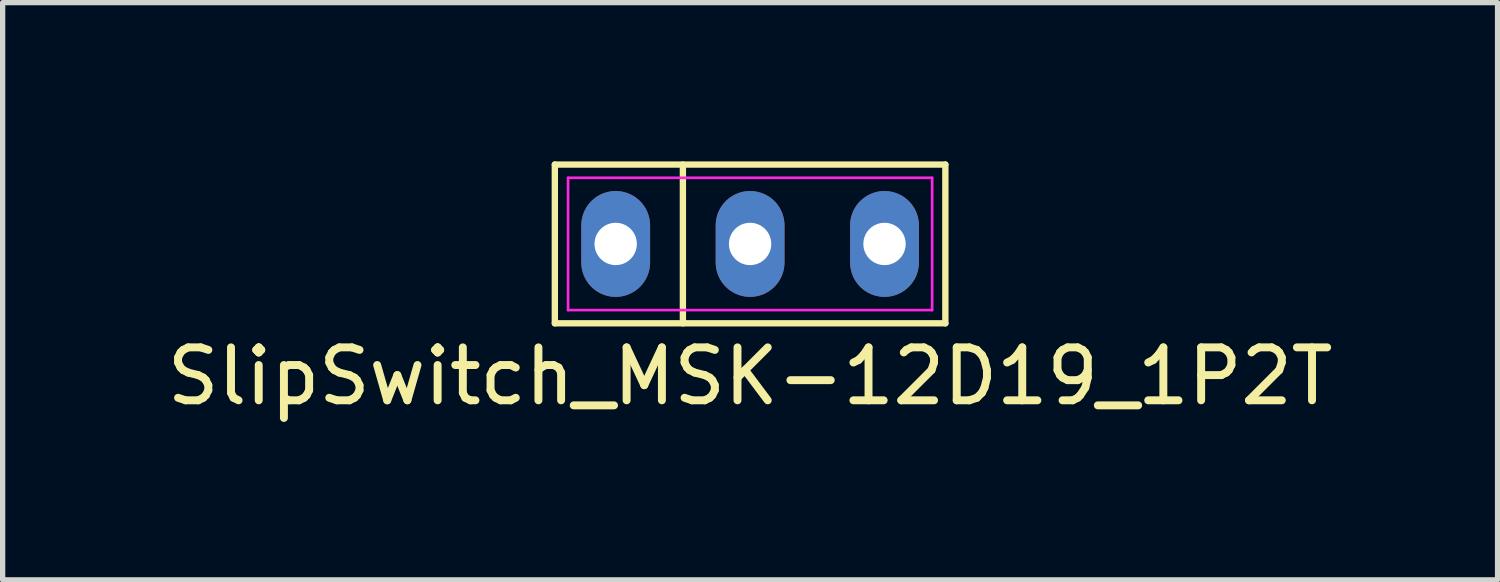
<source format=kicad_pcb>
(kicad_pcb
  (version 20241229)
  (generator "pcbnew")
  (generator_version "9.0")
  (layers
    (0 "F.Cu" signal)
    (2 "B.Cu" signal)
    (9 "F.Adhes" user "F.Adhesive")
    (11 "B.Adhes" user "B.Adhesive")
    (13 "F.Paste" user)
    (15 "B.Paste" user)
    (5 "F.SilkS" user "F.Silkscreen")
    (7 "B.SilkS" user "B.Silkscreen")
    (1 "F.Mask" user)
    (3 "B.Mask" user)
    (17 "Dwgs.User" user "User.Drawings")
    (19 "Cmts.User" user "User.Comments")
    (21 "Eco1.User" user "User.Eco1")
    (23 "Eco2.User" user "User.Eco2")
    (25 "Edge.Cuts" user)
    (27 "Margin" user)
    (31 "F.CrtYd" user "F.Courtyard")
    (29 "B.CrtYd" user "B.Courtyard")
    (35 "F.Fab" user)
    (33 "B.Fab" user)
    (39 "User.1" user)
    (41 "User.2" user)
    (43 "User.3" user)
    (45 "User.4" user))
  (footprint "SlipSwitch_MSK-12D19_1P2T"
    (layer "F.Cu")
    (at 11.125 1.56)
    (property "Reference" "SlipSwitch_MSK-12D19_1P2T" (at 0 2.5 0) (layer "F.SilkS") (effects (font (size 1 1) (thickness 0.15))))
    (attr through_hole)
    (fp_line (start -3.69 -1.5) (end 3.69 -1.5) (stroke (width 0.12) (type solid)) (layer "F.SilkS"))
    (fp_line (start -3.69 1.5) (end -3.69 -1.5) (stroke (width 0.12) (type solid)) (layer "F.SilkS"))
    (fp_line (start -1.27 -1.5) (end -1.27 1.5) (stroke (width 0.12) (type solid)) (layer "F.SilkS"))
    (fp_line (start 3.69 -1.5) (end 3.69 1.5) (stroke (width 0.12) (type solid)) (layer "F.SilkS"))
    (fp_line (start 3.69 1.5) (end -3.69 1.5) (stroke (width 0.12) (type solid)) (layer "F.SilkS"))
    (fp_line (start -3.44 -1.25) (end 3.44 -1.25) (stroke (width 0.05) (type solid)) (layer "F.CrtYd"))
    (fp_line (start -3.44 1.25) (end -3.44 -1.25) (stroke (width 0.05) (type solid)) (layer "F.CrtYd"))
    (fp_line (start 3.44 -1.25) (end 3.44 1.25) (stroke (width 0.05) (type solid)) (layer "F.CrtYd"))
    (fp_line (start 3.44 1.25) (end -3.44 1.25) (stroke (width 0.05) (type solid)) (layer "F.CrtYd"))
    (pad "1" thru_hole oval (at -2.54 0) (size 1.3 2) (drill 0.8) (layers "*.Cu" "*.Mask"))
    (pad "2" thru_hole oval (at 0 0) (size 1.3 2) (drill 0.8) (layers "*.Cu" "*.Mask"))
    (pad "3" thru_hole oval (at 2.54 0) (size 1.3 2) (drill 0.8) (layers "*.Cu" "*.Mask")))
  (gr_rect
    (start -3 -3)
    (end 25.25 7.908)
    (stroke (width 0.1) (type default))
    (fill no)
    (layer "Edge.Cuts")))
</source>
